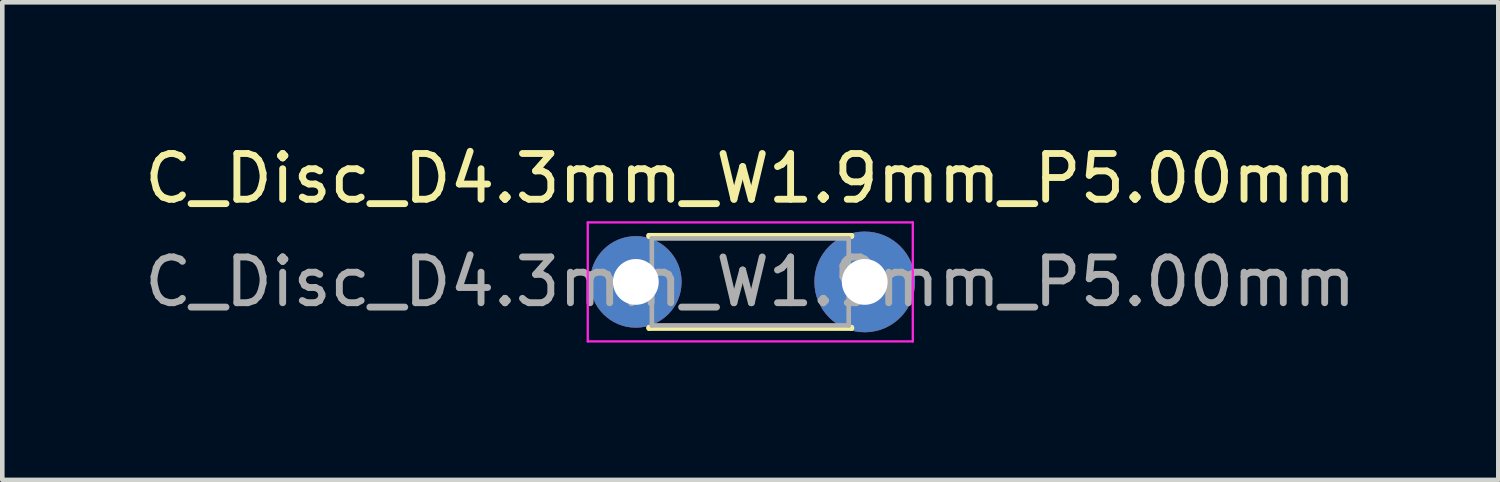
<source format=kicad_pcb>
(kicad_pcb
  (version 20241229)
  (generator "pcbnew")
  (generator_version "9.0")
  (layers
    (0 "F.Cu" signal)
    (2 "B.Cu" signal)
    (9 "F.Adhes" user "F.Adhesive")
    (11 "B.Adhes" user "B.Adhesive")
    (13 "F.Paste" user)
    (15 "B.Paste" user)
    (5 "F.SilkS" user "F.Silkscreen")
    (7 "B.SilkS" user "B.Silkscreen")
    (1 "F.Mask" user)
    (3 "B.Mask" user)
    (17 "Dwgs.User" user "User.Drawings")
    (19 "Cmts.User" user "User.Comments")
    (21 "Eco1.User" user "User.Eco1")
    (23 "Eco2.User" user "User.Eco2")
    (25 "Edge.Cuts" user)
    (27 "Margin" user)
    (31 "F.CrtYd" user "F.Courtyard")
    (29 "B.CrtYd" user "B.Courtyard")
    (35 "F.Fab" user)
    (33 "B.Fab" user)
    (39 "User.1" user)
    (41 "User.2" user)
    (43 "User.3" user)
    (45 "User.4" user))
  (footprint "C_Disc_D4.3mm_W1.9mm_P5.00mm"
    (layer "F.Cu")
    (at 10.839 3.108)
    (property "Reference" "C_Disc_D4.3mm_W1.9mm_P5.00mm" (at 2.5 -2.26 0) (layer "F.SilkS") (effects (font (size 1 1) (thickness 0.15))))
    (attr through_hole)
    (fp_line (start 0.29 -1.01) (end 0.29 -0.996) (stroke (width 0.12) (type solid)) (layer "F.SilkS"))
    (fp_line (start 0.29 -1.01) (end 4.71 -1.01) (stroke (width 0.12) (type solid)) (layer "F.SilkS"))
    (fp_line (start 0.29 0.996) (end 0.29 1.01) (stroke (width 0.12) (type solid)) (layer "F.SilkS"))
    (fp_line (start 0.29 1.01) (end 4.71 1.01) (stroke (width 0.12) (type solid)) (layer "F.SilkS"))
    (fp_line (start 4.71 -1.01) (end 4.71 -0.996) (stroke (width 0.12) (type solid)) (layer "F.SilkS"))
    (fp_line (start 4.71 0.996) (end 4.71 1.01) (stroke (width 0.12) (type solid)) (layer "F.SilkS"))
    (fp_line (start -1.05 -1.3) (end -1.05 1.3) (stroke (width 0.05) (type solid)) (layer "F.CrtYd"))
    (fp_line (start -1.05 1.3) (end 6.05 1.3) (stroke (width 0.05) (type solid)) (layer "F.CrtYd"))
    (fp_line (start 6.05 -1.3) (end -1.05 -1.3) (stroke (width 0.05) (type solid)) (layer "F.CrtYd"))
    (fp_line (start 6.05 1.3) (end 6.05 -1.3) (stroke (width 0.05) (type solid)) (layer "F.CrtYd"))
    (fp_line (start 0.35 -0.95) (end 0.35 0.95) (stroke (width 0.1) (type solid)) (layer "F.Fab"))
    (fp_line (start 0.35 0.95) (end 4.65 0.95) (stroke (width 0.1) (type solid)) (layer "F.Fab"))
    (fp_line (start 4.65 -0.95) (end 0.35 -0.95) (stroke (width 0.1) (type solid)) (layer "F.Fab"))
    (fp_line (start 4.65 0.95) (end 4.65 -0.95) (stroke (width 0.1) (type solid)) (layer "F.Fab"))
    (fp_text user "${REFERENCE}" (at 2.5 0 0) (layer "F.Fab") (effects (font (size 1 1) (thickness 0.15))))
    (pad "1" thru_hole circle (at 0 0) (size 2 2) (drill 1) (layers "*.Cu" "*.Mask"))
    (pad "2" thru_hole circle (at 5 0) (size 2.2 2.2) (drill 1) (layers "*.Cu" "*.Mask")))
  (gr_rect
    (start -3 -3)
    (end 29.679 7.433)
    (stroke (width 0.1) (type default))
    (fill no)
    (layer "Edge.Cuts")))
</source>
